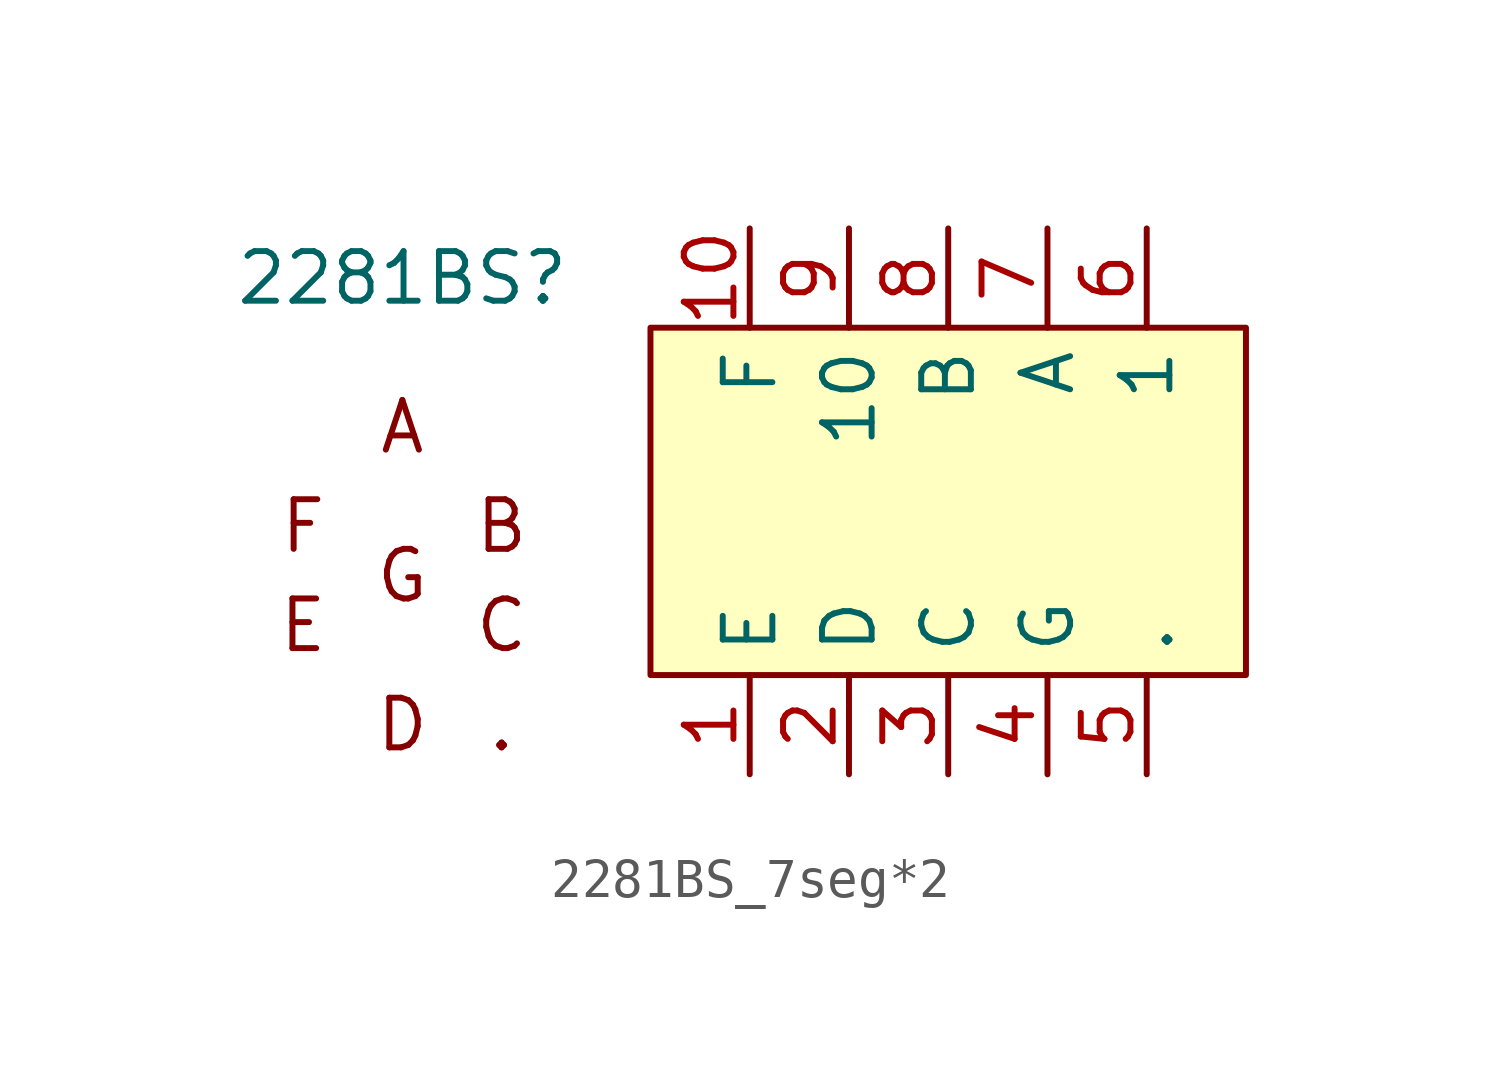
<source format=kicad_sym>
(kicad_symbol_lib
  (version 20220914)
  (generator kicad_symbol_editor)
  (symbol "2281BS_7seg*2"
    (property "Reference" "2281BS"
      (at -8.89 10.16 0)
      (effects (font (size 1.27 1.27))))
    (property "Value" ""
      (at 0 2.54 0)
      (effects (font (size 1.27 1.27))))
    (symbol "2281BS_7seg*2_0_1"
      (rectangle (start -2.54 8.89) (end 12.7 0) (stroke (width 0) (type default)) (fill (type background)))
      (text "." (at -6.35 -1.27 0) (effects (font (size 1.27 1.27))))
      (text "A" (at -8.89 6.35 0) (effects (font (size 1.27 1.27))))
      (text "B" (at -6.35 3.81 0) (effects (font (size 1.27 1.27))))
      (text "C" (at -6.35 1.27 0) (effects (font (size 1.27 1.27))))
      (text "D" (at -8.89 -1.27 0) (effects (font (size 1.27 1.27))))
      (text "E" (at -11.43 1.27 0) (effects (font (size 1.27 1.27))))
      (text "F" (at -11.43 3.81 0) (effects (font (size 1.27 1.27))))
      (text "G" (at -8.89 2.54 0) (effects (font (size 1.27 1.27)))))
    (symbol "2281BS_7seg*2_1_1"
      (pin input line (at 0 -2.54 90) (length 2.54) (name "E" (effects (font (size 1.27 1.27)))) (number "1" (effects (font (size 1.27 1.27)))))
      (pin input line (at 0 11.43 270) (length 2.54) (name "F" (effects (font (size 1.27 1.27)))) (number "10" (effects (font (size 1.27 1.27)))))
      (pin input line (at 2.54 -2.54 90) (length 2.54) (name "D" (effects (font (size 1.27 1.27)))) (number "2" (effects (font (size 1.27 1.27)))))
      (pin input line (at 5.08 -2.54 90) (length 2.54) (name "C" (effects (font (size 1.27 1.27)))) (number "3" (effects (font (size 1.27 1.27)))))
      (pin input line (at 7.62 -2.54 90) (length 2.54) (name "G" (effects (font (size 1.27 1.27)))) (number "4" (effects (font (size 1.27 1.27)))))
      (pin input line (at 10.16 -2.54 90) (length 2.54) (name "." (effects (font (size 1.27 1.27)))) (number "5" (effects (font (size 1.27 1.27)))))
      (pin input line (at 10.16 11.43 270) (length 2.54) (name "1" (effects (font (size 1.27 1.27)))) (number "6" (effects (font (size 1.27 1.27)))))
      (pin input line (at 7.62 11.43 270) (length 2.54) (name "A" (effects (font (size 1.27 1.27)))) (number "7" (effects (font (size 1.27 1.27)))))
      (pin input line (at 5.08 11.43 270) (length 2.54) (name "B" (effects (font (size 1.27 1.27)))) (number "8" (effects (font (size 1.27 1.27)))))
      (pin input line (at 2.54 11.43 270) (length 2.54) (name "10" (effects (font (size 1.27 1.27)))) (number "9" (effects (font (size 1.27 1.27))))))))
</source>
